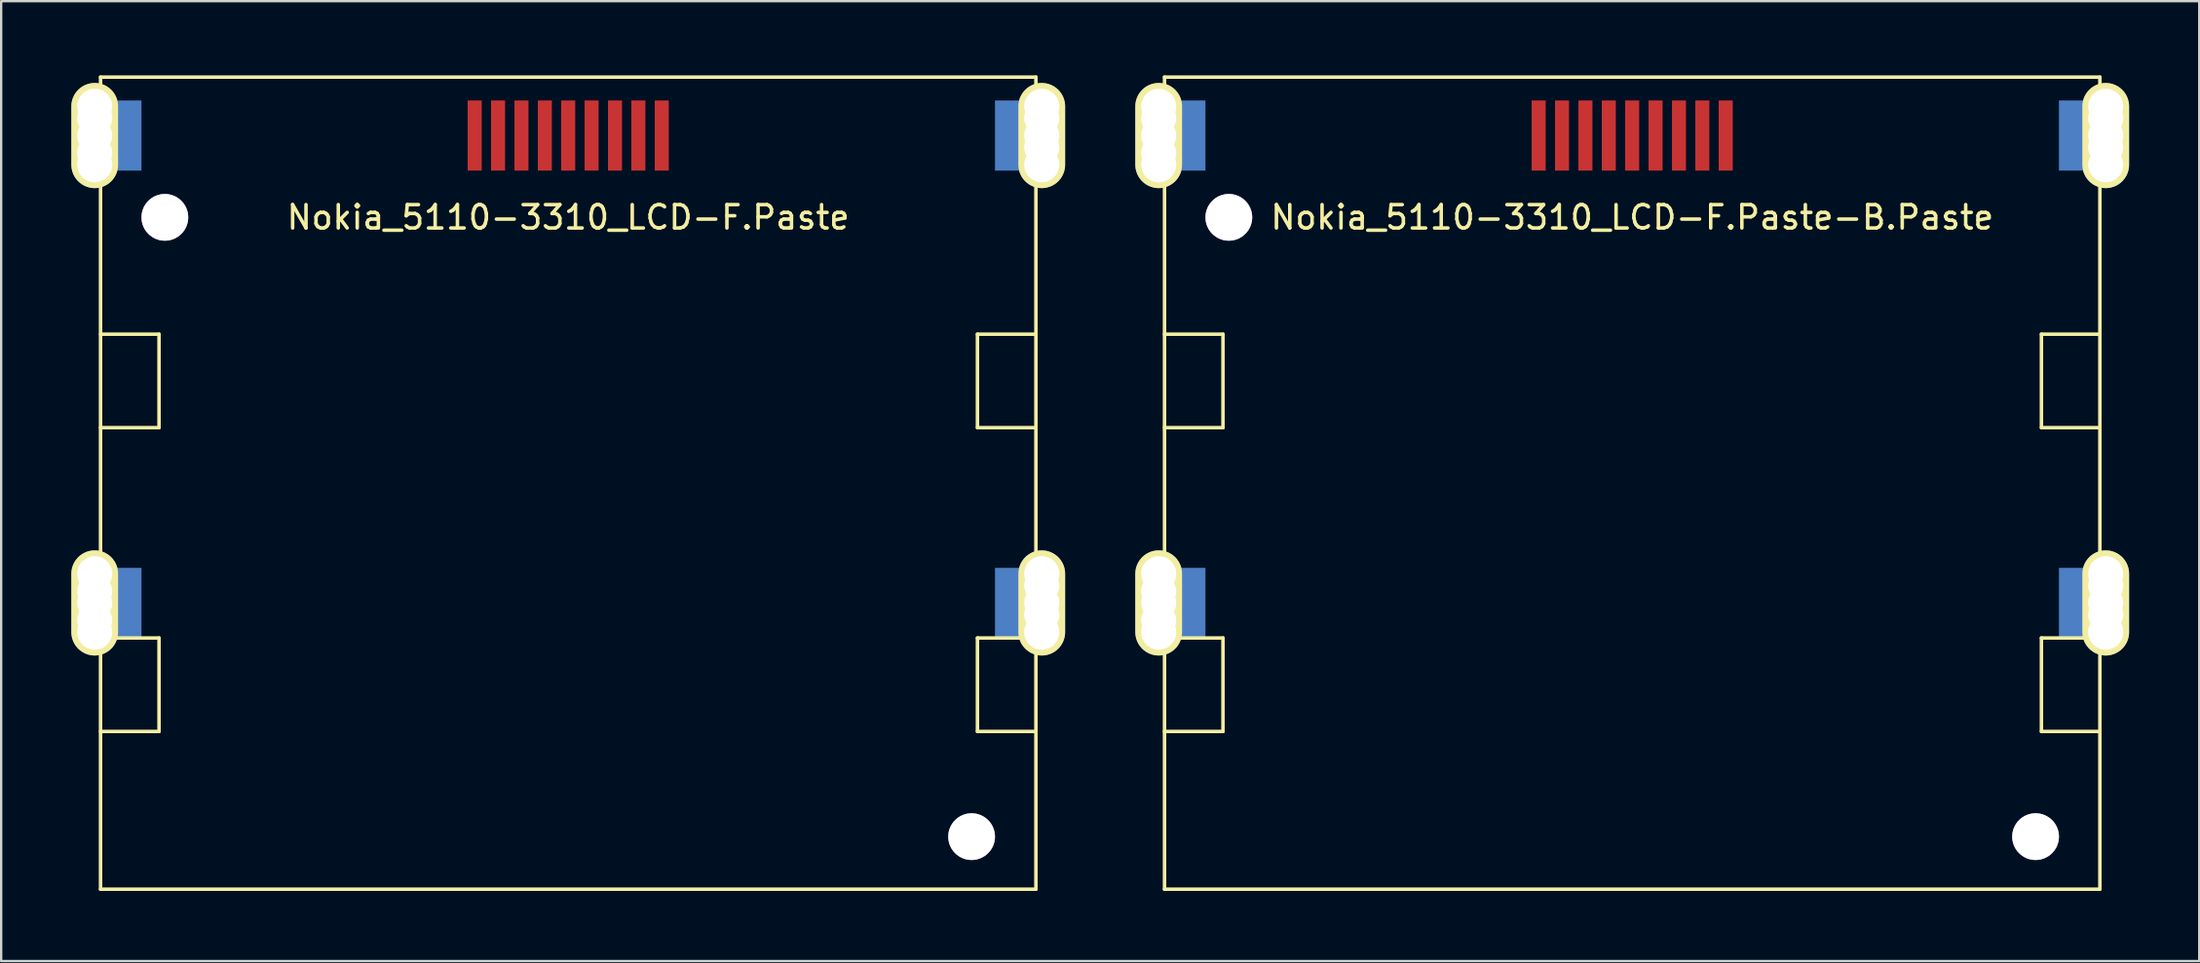
<source format=kicad_pcb>
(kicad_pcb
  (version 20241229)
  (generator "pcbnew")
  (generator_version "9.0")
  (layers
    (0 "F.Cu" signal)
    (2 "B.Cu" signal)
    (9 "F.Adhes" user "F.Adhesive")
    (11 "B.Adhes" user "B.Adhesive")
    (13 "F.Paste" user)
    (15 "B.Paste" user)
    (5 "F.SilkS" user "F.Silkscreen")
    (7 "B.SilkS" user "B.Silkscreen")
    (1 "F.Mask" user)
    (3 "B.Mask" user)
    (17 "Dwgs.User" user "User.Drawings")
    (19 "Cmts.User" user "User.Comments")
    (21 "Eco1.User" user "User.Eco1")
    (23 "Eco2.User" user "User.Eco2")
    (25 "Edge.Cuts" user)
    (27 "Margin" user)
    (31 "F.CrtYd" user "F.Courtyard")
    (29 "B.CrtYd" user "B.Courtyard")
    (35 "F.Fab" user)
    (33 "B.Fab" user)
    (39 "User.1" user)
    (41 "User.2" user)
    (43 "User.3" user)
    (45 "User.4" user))
  (footprint "Nokia_5110-3310_LCD-F.Paste"
    (layer "F.Cu")
    (at 21.25 0.25)
    (property "Reference" "Nokia_5110-3310_LCD-F.Paste" (at 0 6 0) (layer "F.SilkS") (effects (font (size 1 1) (thickness 0.15))))
    (attr through_hole)
    (fp_line (start -20 0) (end -20 34.75) (stroke (width 0.15) (type solid)) (layer "F.SilkS"))
    (fp_line (start -20 0) (end 20 0) (stroke (width 0.15) (type solid)) (layer "F.SilkS"))
    (fp_line (start -20 11) (end -17.5 11) (stroke (width 0.15) (type solid)) (layer "F.SilkS"))
    (fp_line (start -20 24) (end -17.5 24) (stroke (width 0.15) (type solid)) (layer "F.SilkS"))
    (fp_line (start -17.5 11) (end -17.5 15) (stroke (width 0.15) (type solid)) (layer "F.SilkS"))
    (fp_line (start -17.5 15) (end -20 15) (stroke (width 0.15) (type solid)) (layer "F.SilkS"))
    (fp_line (start -17.5 24) (end -17.5 28) (stroke (width 0.15) (type solid)) (layer "F.SilkS"))
    (fp_line (start -17.5 28) (end -20 28) (stroke (width 0.15) (type solid)) (layer "F.SilkS"))
    (fp_line (start 17.5 11) (end 17.5 15) (stroke (width 0.15) (type solid)) (layer "F.SilkS"))
    (fp_line (start 17.5 15) (end 20 15) (stroke (width 0.15) (type solid)) (layer "F.SilkS"))
    (fp_line (start 17.5 24) (end 17.5 28) (stroke (width 0.15) (type solid)) (layer "F.SilkS"))
    (fp_line (start 17.5 28) (end 20 28) (stroke (width 0.15) (type solid)) (layer "F.SilkS"))
    (fp_line (start 20 0) (end 20 34.75) (stroke (width 0.15) (type solid)) (layer "F.SilkS"))
    (fp_line (start 20 11) (end 17.5 11) (stroke (width 0.15) (type solid)) (layer "F.SilkS"))
    (fp_line (start 20 24) (end 17.5 24) (stroke (width 0.15) (type solid)) (layer "F.SilkS"))
    (fp_line (start 20 34.75) (end -20 34.75) (stroke (width 0.15) (type solid)) (layer "F.SilkS"))
    (pad "" np_thru_hole circle (at -20.25 1.25) (size 1.5 1.5) (drill 1.5) (layers "*.Mask" "B.Cu" "F.SilkS"))
    (pad "" np_thru_hole circle (at -20.25 1.75) (size 1.5 1.5) (drill 1.5) (layers "*.Mask" "B.Cu" "F.SilkS"))
    (pad "" np_thru_hole oval (at -20.25 2.5) (size 2 4.5) (drill 1.5) (layers "*.Mask" "B.Cu" "F.SilkS"))
    (pad "" np_thru_hole circle (at -20.25 3.25) (size 1.5 1.5) (drill 1.5) (layers "*.Mask" "B.Cu" "F.SilkS"))
    (pad "" np_thru_hole circle (at -20.25 3.75) (size 1.5 1.5) (drill 1.5) (layers "*.Mask" "B.Cu" "F.SilkS"))
    (pad "" np_thru_hole circle (at -20.25 21.25) (size 1.5 1.5) (drill 1.5) (layers "*.Mask" "B.Cu" "F.SilkS"))
    (pad "" np_thru_hole circle (at -20.25 22) (size 1.5 1.5) (drill 1.5) (layers "*.Mask" "B.Cu" "F.SilkS"))
    (pad "" np_thru_hole oval (at -20.25 22.5) (size 2 4.5) (drill 1.5) (layers "*.Mask" "B.Cu" "F.SilkS"))
    (pad "" np_thru_hole circle (at -20.25 23.25) (size 1.5 1.5) (drill 1.5) (layers "*.Mask" "B.Cu" "F.SilkS"))
    (pad "" np_thru_hole circle (at -20.25 23.75) (size 1.5 1.5) (drill 1.5) (layers "*.Mask" "B.Cu" "F.SilkS"))
    (pad "" smd rect (at -19 2.5) (size 1.5 3) (layers "B.Cu" "B.Mask"))
    (pad "" smd rect (at -19 22.5) (size 1.5 3) (layers "B.Cu" "B.Mask"))
    (pad "" thru_hole circle (at -17.25 6) (size 2 2) (drill 2) (layers "*.Cu"))
    (pad "" thru_hole circle (at 17.25 32.5) (size 2 2) (drill 2) (layers "*.Cu"))
    (pad "" smd rect (at 19 2.5) (size 1.5 3) (layers "B.Cu" "B.Mask"))
    (pad "" smd rect (at 19 22.5) (size 1.5 3) (layers "B.Cu" "B.Mask"))
    (pad "" np_thru_hole circle (at 20.25 1.25) (size 1.5 1.5) (drill 1.5) (layers "*.Mask" "B.Cu" "F.SilkS"))
    (pad "" np_thru_hole circle (at 20.25 1.75) (size 1.5 1.5) (drill 1.5) (layers "*.Mask" "B.Cu" "F.SilkS"))
    (pad "" np_thru_hole oval (at 20.25 2.5) (size 2 4.5) (drill 1.5) (layers "*.Mask" "B.Cu" "F.SilkS"))
    (pad "" np_thru_hole circle (at 20.25 3) (size 1.5 1.5) (drill 1.5) (layers "*.Mask" "B.Cu" "F.SilkS"))
    (pad "" np_thru_hole circle (at 20.25 3.75) (size 1.5 1.5) (drill 1.5) (layers "*.Mask" "B.Cu" "F.SilkS"))
    (pad "" np_thru_hole circle (at 20.25 21.25) (size 1.5 1.5) (drill 1.5) (layers "*.Mask" "B.Cu" "F.SilkS"))
    (pad "" np_thru_hole circle (at 20.25 21.75) (size 1.5 1.5) (drill 1.5) (layers "*.Mask" "B.Cu" "F.SilkS"))
    (pad "" np_thru_hole oval (at 20.25 22.5) (size 2 4.5) (drill 1.5) (layers "*.Mask" "B.Cu" "F.SilkS"))
    (pad "" np_thru_hole circle (at 20.25 23) (size 1.5 1.5) (drill 1.5) (layers "*.Mask" "B.Cu" "F.SilkS"))
    (pad "" np_thru_hole circle (at 20.25 23.75) (size 1.5 1.5) (drill 1.5) (layers "*.Mask" "B.Cu" "F.SilkS"))
    (pad "1" smd rect (at -4 2.5) (size 0.6 3) (layers "F.Cu" "F.Mask" "F.Paste"))
    (pad "2" smd rect (at -3 2.5) (size 0.6 3) (layers "F.Cu" "F.Mask" "F.Paste"))
    (pad "3" smd rect (at -2 2.5) (size 0.6 3) (layers "F.Cu" "F.Mask" "F.Paste"))
    (pad "4" smd rect (at -1 2.5) (size 0.6 3) (layers "F.Cu" "F.Mask" "F.Paste"))
    (pad "5" smd rect (at 0 2.5) (size 0.6 3) (layers "F.Cu" "F.Mask" "F.Paste"))
    (pad "6" smd rect (at 1 2.5) (size 0.6 3) (layers "F.Cu" "F.Mask" "F.Paste"))
    (pad "7" smd rect (at 2 2.5) (size 0.6 3) (layers "F.Cu" "F.Mask" "F.Paste"))
    (pad "8" smd rect (at 3 2.5) (size 0.6 3) (layers "F.Cu" "F.Mask" "F.Paste"))
    (pad "9" smd rect (at 4 2.5) (size 0.6 3) (layers "F.Cu" "F.Mask" "F.Paste")))
  (footprint "Nokia_5110-3310_LCD-F.Paste-B.Paste"
    (layer "F.Cu")
    (at 66.75 0.25)
    (property "Reference" "Nokia_5110-3310_LCD-F.Paste-B.Paste" (at 0 6 0) (layer "F.SilkS") (effects (font (size 1 1) (thickness 0.15))))
    (attr through_hole)
    (fp_line (start -20 0) (end -20 34.75) (stroke (width 0.15) (type solid)) (layer "F.SilkS"))
    (fp_line (start -20 0) (end 20 0) (stroke (width 0.15) (type solid)) (layer "F.SilkS"))
    (fp_line (start -20 11) (end -17.5 11) (stroke (width 0.15) (type solid)) (layer "F.SilkS"))
    (fp_line (start -20 24) (end -17.5 24) (stroke (width 0.15) (type solid)) (layer "F.SilkS"))
    (fp_line (start -17.5 11) (end -17.5 15) (stroke (width 0.15) (type solid)) (layer "F.SilkS"))
    (fp_line (start -17.5 15) (end -20 15) (stroke (width 0.15) (type solid)) (layer "F.SilkS"))
    (fp_line (start -17.5 24) (end -17.5 28) (stroke (width 0.15) (type solid)) (layer "F.SilkS"))
    (fp_line (start -17.5 28) (end -20 28) (stroke (width 0.15) (type solid)) (layer "F.SilkS"))
    (fp_line (start 17.5 11) (end 17.5 15) (stroke (width 0.15) (type solid)) (layer "F.SilkS"))
    (fp_line (start 17.5 15) (end 20 15) (stroke (width 0.15) (type solid)) (layer "F.SilkS"))
    (fp_line (start 17.5 24) (end 17.5 28) (stroke (width 0.15) (type solid)) (layer "F.SilkS"))
    (fp_line (start 17.5 28) (end 20 28) (stroke (width 0.15) (type solid)) (layer "F.SilkS"))
    (fp_line (start 20 0) (end 20 34.75) (stroke (width 0.15) (type solid)) (layer "F.SilkS"))
    (fp_line (start 20 11) (end 17.5 11) (stroke (width 0.15) (type solid)) (layer "F.SilkS"))
    (fp_line (start 20 24) (end 17.5 24) (stroke (width 0.15) (type solid)) (layer "F.SilkS"))
    (fp_line (start 20 34.75) (end -20 34.75) (stroke (width 0.15) (type solid)) (layer "F.SilkS"))
    (pad "" np_thru_hole circle (at -20.25 1.25) (size 1.5 1.5) (drill 1.5) (layers "*.Mask" "B.Cu" "F.SilkS"))
    (pad "" np_thru_hole circle (at -20.25 1.75) (size 1.5 1.5) (drill 1.5) (layers "*.Mask" "B.Cu" "F.SilkS"))
    (pad "" np_thru_hole oval (at -20.25 2.5) (size 2 4.5) (drill 1.5) (layers "*.Mask" "B.Cu" "F.SilkS"))
    (pad "" np_thru_hole circle (at -20.25 3.25) (size 1.5 1.5) (drill 1.5) (layers "*.Mask" "B.Cu" "F.SilkS"))
    (pad "" np_thru_hole circle (at -20.25 3.75) (size 1.5 1.5) (drill 1.5) (layers "*.Mask" "B.Cu" "F.SilkS"))
    (pad "" np_thru_hole circle (at -20.25 21.25) (size 1.5 1.5) (drill 1.5) (layers "*.Mask" "B.Cu" "F.SilkS"))
    (pad "" np_thru_hole circle (at -20.25 22) (size 1.5 1.5) (drill 1.5) (layers "*.Mask" "B.Cu" "F.SilkS"))
    (pad "" np_thru_hole oval (at -20.25 22.5) (size 2 4.5) (drill 1.5) (layers "*.Mask" "B.Cu" "F.SilkS"))
    (pad "" np_thru_hole circle (at -20.25 23.25) (size 1.5 1.5) (drill 1.5) (layers "*.Mask" "B.Cu" "F.SilkS"))
    (pad "" np_thru_hole circle (at -20.25 23.75) (size 1.5 1.5) (drill 1.5) (layers "*.Mask" "B.Cu" "F.SilkS"))
    (pad "" smd rect (at -19 2.5) (size 1.5 3) (layers "B.Cu" "B.Mask" "B.Paste"))
    (pad "" smd rect (at -19 22.5) (size 1.5 3) (layers "B.Cu" "B.Mask" "B.Paste"))
    (pad "" thru_hole circle (at -17.25 6) (size 2 2) (drill 2) (layers "*.Cu"))
    (pad "" thru_hole circle (at 17.25 32.5) (size 2 2) (drill 2) (layers "*.Cu"))
    (pad "" smd rect (at 19 2.5) (size 1.5 3) (layers "B.Cu" "B.Mask" "B.Paste"))
    (pad "" smd rect (at 19 22.5) (size 1.5 3) (layers "B.Cu" "B.Mask" "B.Paste"))
    (pad "" np_thru_hole circle (at 20.25 1.25) (size 1.5 1.5) (drill 1.5) (layers "*.Mask" "B.Cu" "F.SilkS"))
    (pad "" np_thru_hole circle (at 20.25 1.75) (size 1.5 1.5) (drill 1.5) (layers "*.Mask" "B.Cu" "F.SilkS"))
    (pad "" np_thru_hole oval (at 20.25 2.5) (size 2 4.5) (drill 1.5) (layers "*.Mask" "B.Cu" "F.SilkS"))
    (pad "" np_thru_hole circle (at 20.25 3) (size 1.5 1.5) (drill 1.5) (layers "*.Mask" "B.Cu" "F.SilkS"))
    (pad "" np_thru_hole circle (at 20.25 3.75) (size 1.5 1.5) (drill 1.5) (layers "*.Mask" "B.Cu" "F.SilkS"))
    (pad "" np_thru_hole circle (at 20.25 21.25) (size 1.5 1.5) (drill 1.5) (layers "*.Mask" "B.Cu" "F.SilkS"))
    (pad "" np_thru_hole circle (at 20.25 21.75) (size 1.5 1.5) (drill 1.5) (layers "*.Mask" "B.Cu" "F.SilkS"))
    (pad "" np_thru_hole oval (at 20.25 22.5) (size 2 4.5) (drill 1.5) (layers "*.Mask" "B.Cu" "F.SilkS"))
    (pad "" np_thru_hole circle (at 20.25 23) (size 1.5 1.5) (drill 1.5) (layers "*.Mask" "B.Cu" "F.SilkS"))
    (pad "" np_thru_hole circle (at 20.25 23.75) (size 1.5 1.5) (drill 1.5) (layers "*.Mask" "B.Cu" "F.SilkS"))
    (pad "1" smd rect (at -4 2.5) (size 0.6 3) (layers "F.Cu" "F.Mask" "F.Paste"))
    (pad "2" smd rect (at -3 2.5) (size 0.6 3) (layers "F.Cu" "F.Mask" "F.Paste"))
    (pad "3" smd rect (at -2 2.5) (size 0.6 3) (layers "F.Cu" "F.Mask" "F.Paste"))
    (pad "4" smd rect (at -1 2.5) (size 0.6 3) (layers "F.Cu" "F.Mask" "F.Paste"))
    (pad "5" smd rect (at 0 2.5) (size 0.6 3) (layers "F.Cu" "F.Mask" "F.Paste"))
    (pad "6" smd rect (at 1 2.5) (size 0.6 3) (layers "F.Cu" "F.Mask" "F.Paste"))
    (pad "7" smd rect (at 2 2.5) (size 0.6 3) (layers "F.Cu" "F.Mask" "F.Paste"))
    (pad "8" smd rect (at 3 2.5) (size 0.6 3) (layers "F.Cu" "F.Mask" "F.Paste"))
    (pad "9" smd rect (at 4 2.5) (size 0.6 3) (layers "F.Cu" "F.Mask" "F.Paste")))
  (gr_rect
    (start -3 -3)
    (end 91 38.075)
    (stroke (width 0.1) (type default))
    (fill no)
    (layer "Edge.Cuts")))
</source>
